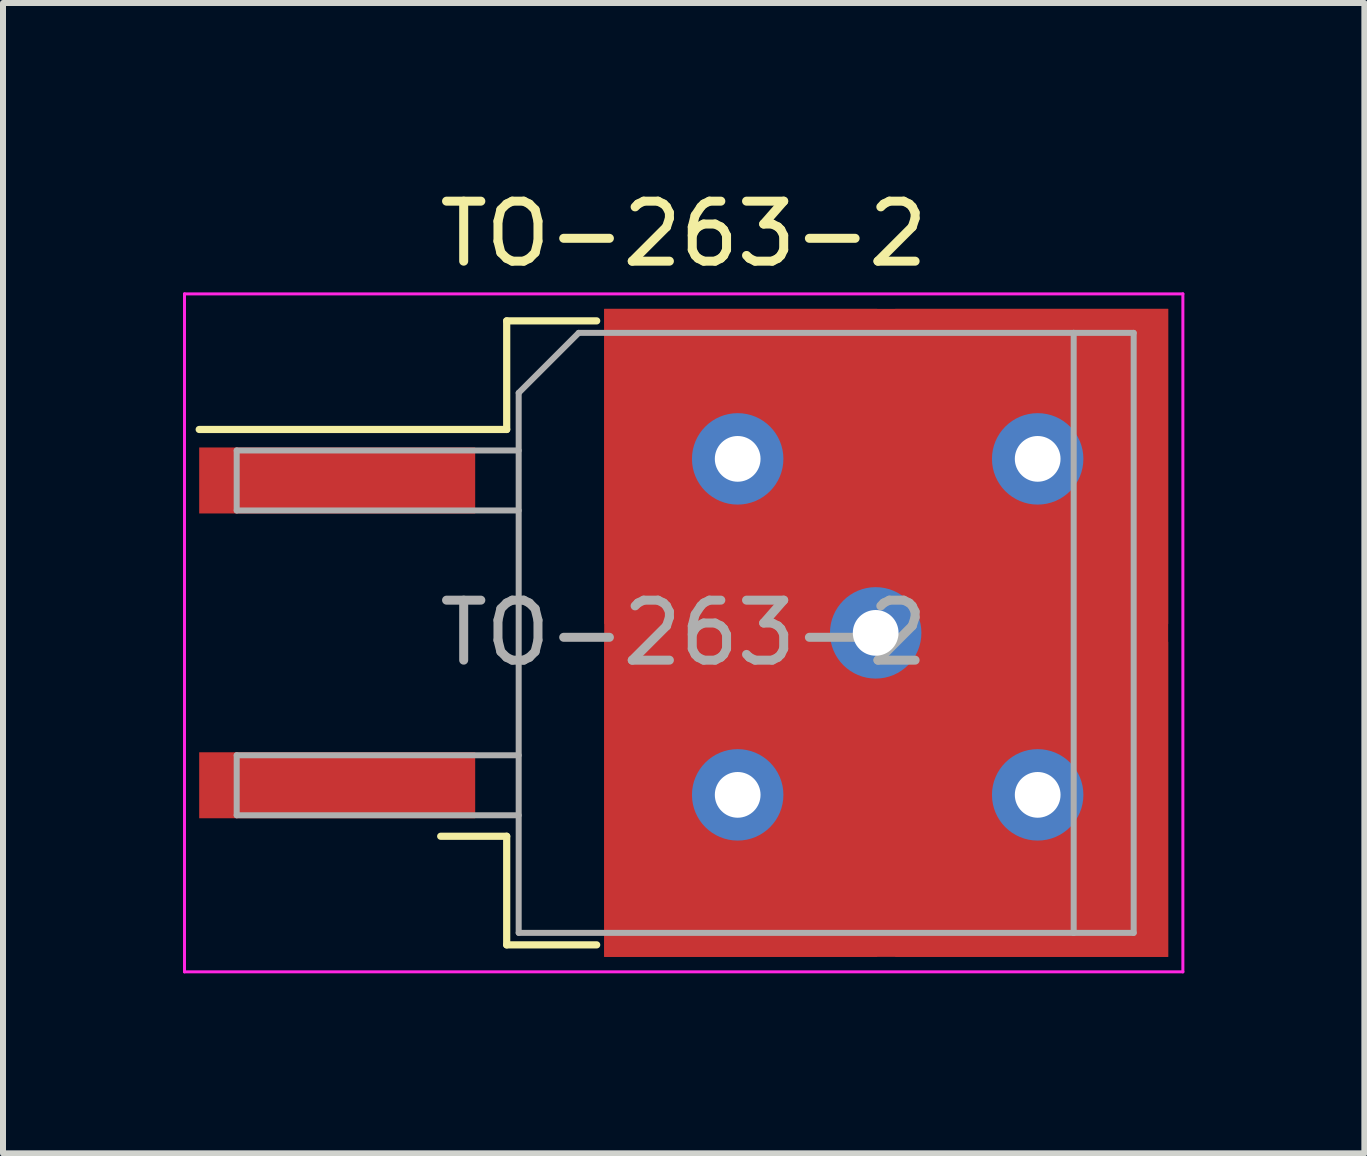
<source format=kicad_pcb>
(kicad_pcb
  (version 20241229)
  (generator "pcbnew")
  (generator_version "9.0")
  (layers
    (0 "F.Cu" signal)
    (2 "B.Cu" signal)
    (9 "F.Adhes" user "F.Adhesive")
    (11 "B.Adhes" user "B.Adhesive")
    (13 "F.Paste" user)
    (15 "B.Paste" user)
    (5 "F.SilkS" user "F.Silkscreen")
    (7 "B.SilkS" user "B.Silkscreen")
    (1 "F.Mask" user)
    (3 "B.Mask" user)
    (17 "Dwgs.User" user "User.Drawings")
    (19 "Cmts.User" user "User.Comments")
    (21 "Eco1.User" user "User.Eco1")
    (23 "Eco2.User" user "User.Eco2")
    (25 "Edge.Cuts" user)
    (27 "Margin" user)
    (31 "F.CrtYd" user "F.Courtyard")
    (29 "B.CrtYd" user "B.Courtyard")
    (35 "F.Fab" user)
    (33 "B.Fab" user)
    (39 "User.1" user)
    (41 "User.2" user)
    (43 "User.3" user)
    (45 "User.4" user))
  (footprint "TO-263-2"
    (layer "F.Cu")
    (at 8.345 7.498)
    (property "Reference" "TO-263-2" (at 0 -6.65 0) (layer "F.SilkS") (effects (font (size 1 1) (thickness 0.15))))
    (attr smd)
    (fp_line (start -2.95 -5.2) (end -2.95 -3.39) (stroke (width 0.12) (type solid)) (layer "F.SilkS"))
    (fp_line (start -2.95 -3.39) (end -8.075 -3.39) (stroke (width 0.12) (type solid)) (layer "F.SilkS"))
    (fp_line (start -2.95 3.39) (end -4.05 3.39) (stroke (width 0.12) (type solid)) (layer "F.SilkS"))
    (fp_line (start -2.95 5.2) (end -2.95 3.39) (stroke (width 0.12) (type solid)) (layer "F.SilkS"))
    (fp_line (start -1.45 -5.2) (end -2.95 -5.2) (stroke (width 0.12) (type solid)) (layer "F.SilkS"))
    (fp_line (start -1.45 5.2) (end -2.95 5.2) (stroke (width 0.12) (type solid)) (layer "F.SilkS"))
    (fp_line (start -8.32 -5.65) (end -8.32 5.65) (stroke (width 0.05) (type solid)) (layer "F.CrtYd"))
    (fp_line (start -8.32 5.65) (end 8.32 5.65) (stroke (width 0.05) (type solid)) (layer "F.CrtYd"))
    (fp_line (start 8.32 -5.65) (end -8.32 -5.65) (stroke (width 0.05) (type solid)) (layer "F.CrtYd"))
    (fp_line (start 8.32 5.65) (end 8.32 -5.65) (stroke (width 0.05) (type solid)) (layer "F.CrtYd"))
    (fp_line (start -7.45 -3.04) (end -7.45 -2.04) (stroke (width 0.1) (type solid)) (layer "F.Fab"))
    (fp_line (start -7.45 -2.04) (end -2.75 -2.04) (stroke (width 0.1) (type solid)) (layer "F.Fab"))
    (fp_line (start -7.45 2.04) (end -7.45 3.04) (stroke (width 0.1) (type solid)) (layer "F.Fab"))
    (fp_line (start -7.45 3.04) (end -2.75 3.04) (stroke (width 0.1) (type solid)) (layer "F.Fab"))
    (fp_line (start -2.75 -4) (end -1.75 -5) (stroke (width 0.1) (type solid)) (layer "F.Fab"))
    (fp_line (start -2.75 -3.04) (end -7.45 -3.04) (stroke (width 0.1) (type solid)) (layer "F.Fab"))
    (fp_line (start -2.75 2.04) (end -7.45 2.04) (stroke (width 0.1) (type solid)) (layer "F.Fab"))
    (fp_line (start -2.75 5) (end -2.75 -4) (stroke (width 0.1) (type solid)) (layer "F.Fab"))
    (fp_line (start -1.75 -5) (end 6.5 -5) (stroke (width 0.1) (type solid)) (layer "F.Fab"))
    (fp_line (start 6.5 -5) (end 6.5 5) (stroke (width 0.1) (type solid)) (layer "F.Fab"))
    (fp_line (start 6.5 -5) (end 7.5 -5) (stroke (width 0.1) (type solid)) (layer "F.Fab"))
    (fp_line (start 6.5 5) (end -2.75 5) (stroke (width 0.1) (type solid)) (layer "F.Fab"))
    (fp_line (start 7.5 -5) (end 7.5 5) (stroke (width 0.1) (type solid)) (layer "F.Fab"))
    (fp_line (start 7.5 5) (end 6.5 5) (stroke (width 0.1) (type solid)) (layer "F.Fab"))
    (fp_text user "${REFERENCE}" (at 0 0 0) (layer "F.Fab") (effects (font (size 1 1) (thickness 0.15))))
    (pad "1" smd rect (at -5.775 -2.54) (size 4.6 1.1) (layers "F.Cu" "F.Mask" "F.Paste"))
    (pad "2" thru_hole circle (at 0.9 -2.9) (size 1.524 1.524) (drill 0.762) (layers "*.Cu" "*.Mask"))
    (pad "2" thru_hole circle (at 0.9 2.7) (size 1.524 1.524) (drill 0.762) (layers "*.Cu" "*.Mask"))
    (pad "2" smd rect (at 0.95 -2.775) (size 4.55 5.25) (layers "F.Cu" "F.Paste"))
    (pad "2" smd rect (at 0.95 2.775) (size 4.55 5.25) (layers "F.Cu" "F.Paste"))
    (pad "2" thru_hole circle (at 3.2 0) (size 1.524 1.524) (drill 0.762) (layers "*.Cu" "*.Mask"))
    (pad "2" smd rect (at 3.375 0) (size 9.4 10.8) (layers "F.Cu" "F.Mask"))
    (pad "2" smd rect (at 5.8 -2.775) (size 4.55 5.25) (layers "F.Cu" "F.Paste"))
    (pad "2" smd rect (at 5.8 2.775) (size 4.55 5.25) (layers "F.Cu" "F.Paste"))
    (pad "2" thru_hole circle (at 5.9 -2.9) (size 1.524 1.524) (drill 0.762) (layers "*.Cu" "*.Mask"))
    (pad "2" thru_hole circle (at 5.9 2.7) (size 1.524 1.524) (drill 0.762) (layers "*.Cu" "*.Mask"))
    (pad "3" smd rect (at -5.775 2.54) (size 4.6 1.1) (layers "F.Cu" "F.Mask" "F.Paste")))
  (gr_rect
    (start -3 -3)
    (end 19.69 16.173)
    (stroke (width 0.1) (type default))
    (fill no)
    (layer "Edge.Cuts")))
</source>
